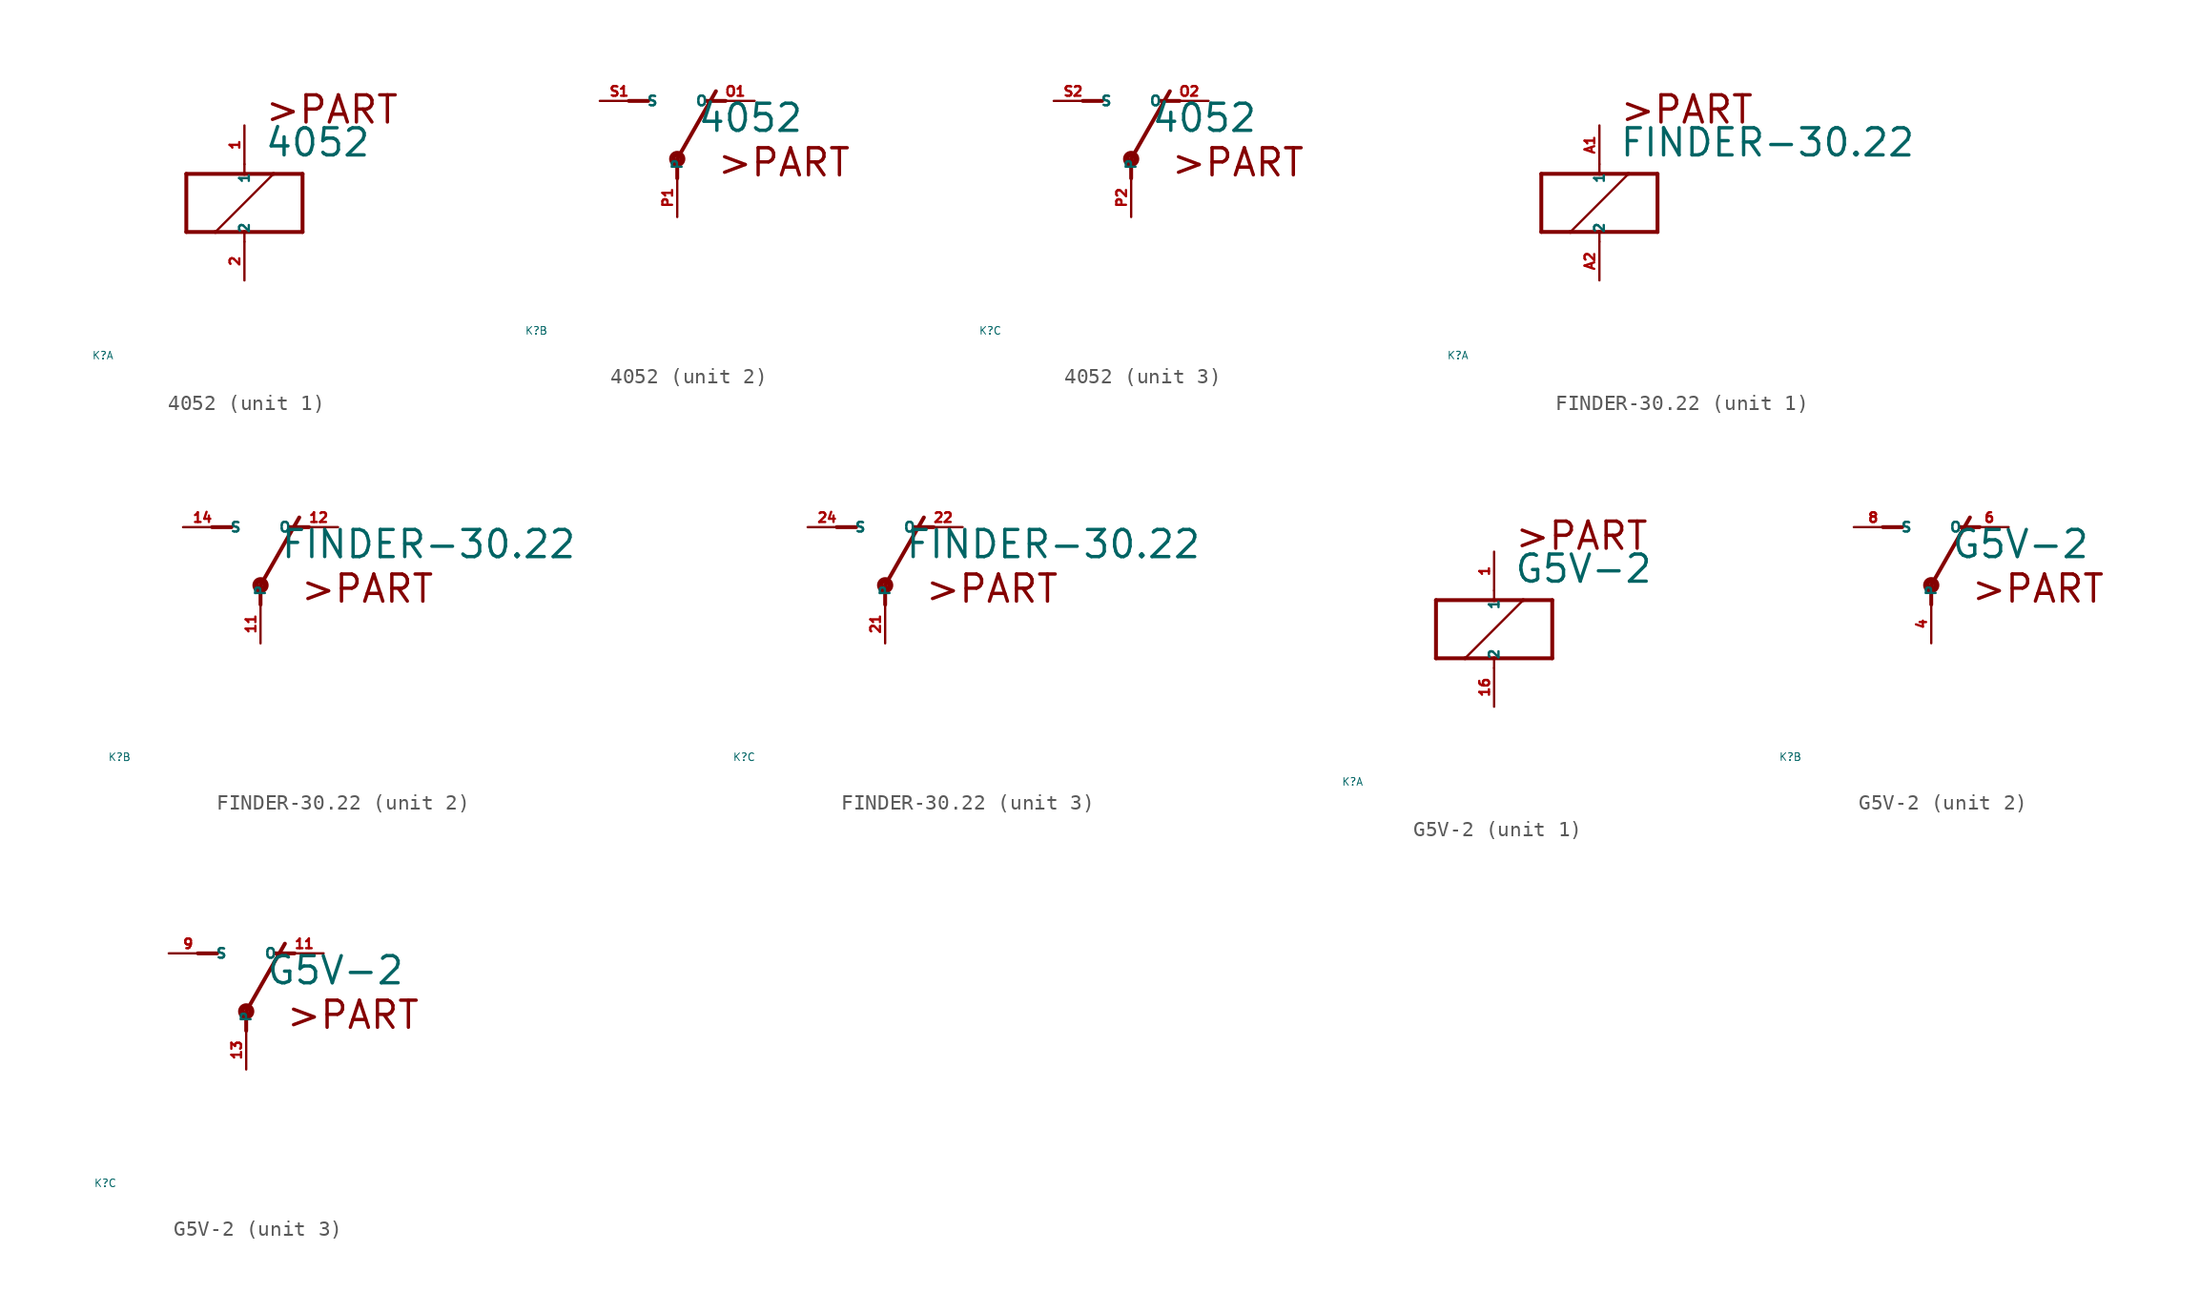
<source format=kicad_sym>
(kicad_symbol_lib
  (version 20220914)
  (generator Eagle2Kicad)
  (symbol "4052"
    (property "Reference" "K"
      (at -10 -10 0)
      (effects (font (size 0.5 0.5) (thickness 0.06)) (justify left)))
    (property "Value" "4052"
      (at 1.27 2.921 0)
      (effects (font (size 1.778 1.778) (thickness 0.22)) (justify left bottom)))
    (symbol "4052_1_0"
      (polyline (pts (xy -3.81 -1.905) (xy -1.905 -1.905)) (stroke (width 0.254) (type default)) (fill (type none)))
      (polyline (pts (xy 3.81 -1.905) (xy 3.81 1.905)) (stroke (width 0.254) (type default)) (fill (type none)))
      (polyline (pts (xy 3.81 1.905) (xy 1.905 1.905)) (stroke (width 0.254) (type default)) (fill (type none)))
      (polyline (pts (xy -3.81 1.905) (xy -3.81 -1.905)) (stroke (width 0.254) (type default)) (fill (type none)))
      (polyline (pts (xy 0 -2.54) (xy 0 -1.905)) (stroke (width 0.152) (type default)) (fill (type none)))
      (polyline (pts (xy 0 -1.905) (xy 3.81 -1.905)) (stroke (width 0.254) (type default)) (fill (type none)))
      (polyline (pts (xy 0 2.54) (xy 0 1.905)) (stroke (width 0.152) (type default)) (fill (type none)))
      (polyline (pts (xy 0 1.905) (xy -3.81 1.905)) (stroke (width 0.254) (type default)) (fill (type none)))
      (polyline (pts (xy -1.905 -1.905) (xy 1.905 1.905)) (stroke (width 0.152) (type default)) (fill (type none)))
      (polyline (pts (xy -1.905 -1.905) (xy 0 -1.905)) (stroke (width 0.254) (type default)) (fill (type none)))
      (polyline (pts (xy 1.905 1.905) (xy 0 1.905)) (stroke (width 0.254) (type default)) (fill (type none)))
      (text ">PART" (at 1.27 5.08 0) (effects (font (size 1.778 1.778) (thickness 0.22)) (justify left bottom)))
      (pin passive line (at 0 -5.08 90) (length 2.54) (name "2" (effects (font (size 0.635 0.635) (thickness 0.08)) (justify left bottom))) (number "2" (effects (font (size 0.635 0.635) (thickness 0.08)) (justify left bottom))))
      (pin passive line (at 0 5.08 270) (length 2.54) (name "1" (effects (font (size 0.635 0.635) (thickness 0.08)) (justify left bottom))) (number "1" (effects (font (size 0.635 0.635) (thickness 0.08)) (justify left bottom)))))
    (symbol "4052_2_0"
      (polyline (pts (xy 3.175 5.08) (xy 1.905 5.08)) (stroke (width 0.254) (type default)) (fill (type none)))
      (polyline (pts (xy -3.175 5.08) (xy -1.905 5.08)) (stroke (width 0.254) (type default)) (fill (type none)))
      (polyline (pts (xy 0 1.27) (xy 2.54 5.715)) (stroke (width 0.254) (type default)) (fill (type none)))
      (polyline (pts (xy 0 1.27) (xy 0 0)) (stroke (width 0.254) (type default)) (fill (type none)))
      (text ">PART" (at 2.54 0 0) (effects (font (size 1.778 1.778) (thickness 0.22)) (justify left bottom)))
      (circle (center 0 1.27) (radius 0.127) (stroke (width 0.406) (type default)) (fill (type none)))
      (pin passive line (at 5.08 5.08 180) (length 2.54) (name "O" (effects (font (size 0.635 0.635) (thickness 0.08)) (justify left bottom))) (number "O1" (effects (font (size 0.635 0.635) (thickness 0.08)) (justify left bottom))))
      (pin passive line (at -5.08 5.08 0) (length 2.54) (name "S" (effects (font (size 0.635 0.635) (thickness 0.08)) (justify left bottom))) (number "S1" (effects (font (size 0.635 0.635) (thickness 0.08)) (justify left bottom))))
      (pin passive line (at 0 -2.54 90) (length 2.54) (name "P" (effects (font (size 0.635 0.635) (thickness 0.08)) (justify left bottom))) (number "P1" (effects (font (size 0.635 0.635) (thickness 0.08)) (justify left bottom)))))
    (symbol "4052_3_0"
      (polyline (pts (xy 3.175 5.08) (xy 1.905 5.08)) (stroke (width 0.254) (type default)) (fill (type none)))
      (polyline (pts (xy -3.175 5.08) (xy -1.905 5.08)) (stroke (width 0.254) (type default)) (fill (type none)))
      (polyline (pts (xy 0 1.27) (xy 2.54 5.715)) (stroke (width 0.254) (type default)) (fill (type none)))
      (polyline (pts (xy 0 1.27) (xy 0 0)) (stroke (width 0.254) (type default)) (fill (type none)))
      (text ">PART" (at 2.54 0 0) (effects (font (size 1.778 1.778) (thickness 0.22)) (justify left bottom)))
      (circle (center 0 1.27) (radius 0.127) (stroke (width 0.406) (type default)) (fill (type none)))
      (pin passive line (at 5.08 5.08 180) (length 2.54) (name "O" (effects (font (size 0.635 0.635) (thickness 0.08)) (justify left bottom))) (number "O2" (effects (font (size 0.635 0.635) (thickness 0.08)) (justify left bottom))))
      (pin passive line (at -5.08 5.08 0) (length 2.54) (name "S" (effects (font (size 0.635 0.635) (thickness 0.08)) (justify left bottom))) (number "S2" (effects (font (size 0.635 0.635) (thickness 0.08)) (justify left bottom))))
      (pin passive line (at 0 -2.54 90) (length 2.54) (name "P" (effects (font (size 0.635 0.635) (thickness 0.08)) (justify left bottom))) (number "P2" (effects (font (size 0.635 0.635) (thickness 0.08)) (justify left bottom))))))
  (symbol "FINDER-30.22"
    (property "Reference" "K"
      (at -10 -10 0)
      (effects (font (size 0.5 0.5) (thickness 0.06)) (justify left)))
    (property "Value" "FINDER-30.22"
      (at 1.27 2.921 0)
      (effects (font (size 1.778 1.778) (thickness 0.22)) (justify left bottom)))
    (symbol "FINDER-30.22_1_0"
      (polyline (pts (xy -3.81 -1.905) (xy -1.905 -1.905)) (stroke (width 0.254) (type default)) (fill (type none)))
      (polyline (pts (xy 3.81 -1.905) (xy 3.81 1.905)) (stroke (width 0.254) (type default)) (fill (type none)))
      (polyline (pts (xy 3.81 1.905) (xy 1.905 1.905)) (stroke (width 0.254) (type default)) (fill (type none)))
      (polyline (pts (xy -3.81 1.905) (xy -3.81 -1.905)) (stroke (width 0.254) (type default)) (fill (type none)))
      (polyline (pts (xy 0 -2.54) (xy 0 -1.905)) (stroke (width 0.152) (type default)) (fill (type none)))
      (polyline (pts (xy 0 -1.905) (xy 3.81 -1.905)) (stroke (width 0.254) (type default)) (fill (type none)))
      (polyline (pts (xy 0 2.54) (xy 0 1.905)) (stroke (width 0.152) (type default)) (fill (type none)))
      (polyline (pts (xy 0 1.905) (xy -3.81 1.905)) (stroke (width 0.254) (type default)) (fill (type none)))
      (polyline (pts (xy -1.905 -1.905) (xy 1.905 1.905)) (stroke (width 0.152) (type default)) (fill (type none)))
      (polyline (pts (xy -1.905 -1.905) (xy 0 -1.905)) (stroke (width 0.254) (type default)) (fill (type none)))
      (polyline (pts (xy 1.905 1.905) (xy 0 1.905)) (stroke (width 0.254) (type default)) (fill (type none)))
      (text ">PART" (at 1.27 5.08 0) (effects (font (size 1.778 1.778) (thickness 0.22)) (justify left bottom)))
      (pin passive line (at 0 -5.08 90) (length 2.54) (name "2" (effects (font (size 0.635 0.635) (thickness 0.08)) (justify left bottom))) (number "A2" (effects (font (size 0.635 0.635) (thickness 0.08)) (justify left bottom))))
      (pin passive line (at 0 5.08 270) (length 2.54) (name "1" (effects (font (size 0.635 0.635) (thickness 0.08)) (justify left bottom))) (number "A1" (effects (font (size 0.635 0.635) (thickness 0.08)) (justify left bottom)))))
    (symbol "FINDER-30.22_2_0"
      (polyline (pts (xy 3.175 5.08) (xy 1.905 5.08)) (stroke (width 0.254) (type default)) (fill (type none)))
      (polyline (pts (xy -3.175 5.08) (xy -1.905 5.08)) (stroke (width 0.254) (type default)) (fill (type none)))
      (polyline (pts (xy 0 1.27) (xy 2.54 5.715)) (stroke (width 0.254) (type default)) (fill (type none)))
      (polyline (pts (xy 0 1.27) (xy 0 0)) (stroke (width 0.254) (type default)) (fill (type none)))
      (text ">PART" (at 2.54 0 0) (effects (font (size 1.778 1.778) (thickness 0.22)) (justify left bottom)))
      (circle (center 0 1.27) (radius 0.127) (stroke (width 0.406) (type default)) (fill (type none)))
      (pin passive line (at 5.08 5.08 180) (length 2.54) (name "O" (effects (font (size 0.635 0.635) (thickness 0.08)) (justify left bottom))) (number "12" (effects (font (size 0.635 0.635) (thickness 0.08)) (justify left bottom))))
      (pin passive line (at -5.08 5.08 0) (length 2.54) (name "S" (effects (font (size 0.635 0.635) (thickness 0.08)) (justify left bottom))) (number "14" (effects (font (size 0.635 0.635) (thickness 0.08)) (justify left bottom))))
      (pin passive line (at 0 -2.54 90) (length 2.54) (name "P" (effects (font (size 0.635 0.635) (thickness 0.08)) (justify left bottom))) (number "11" (effects (font (size 0.635 0.635) (thickness 0.08)) (justify left bottom)))))
    (symbol "FINDER-30.22_3_0"
      (polyline (pts (xy 3.175 5.08) (xy 1.905 5.08)) (stroke (width 0.254) (type default)) (fill (type none)))
      (polyline (pts (xy -3.175 5.08) (xy -1.905 5.08)) (stroke (width 0.254) (type default)) (fill (type none)))
      (polyline (pts (xy 0 1.27) (xy 2.54 5.715)) (stroke (width 0.254) (type default)) (fill (type none)))
      (polyline (pts (xy 0 1.27) (xy 0 0)) (stroke (width 0.254) (type default)) (fill (type none)))
      (text ">PART" (at 2.54 0 0) (effects (font (size 1.778 1.778) (thickness 0.22)) (justify left bottom)))
      (circle (center 0 1.27) (radius 0.127) (stroke (width 0.406) (type default)) (fill (type none)))
      (pin passive line (at 5.08 5.08 180) (length 2.54) (name "O" (effects (font (size 0.635 0.635) (thickness 0.08)) (justify left bottom))) (number "22" (effects (font (size 0.635 0.635) (thickness 0.08)) (justify left bottom))))
      (pin passive line (at -5.08 5.08 0) (length 2.54) (name "S" (effects (font (size 0.635 0.635) (thickness 0.08)) (justify left bottom))) (number "24" (effects (font (size 0.635 0.635) (thickness 0.08)) (justify left bottom))))
      (pin passive line (at 0 -2.54 90) (length 2.54) (name "P" (effects (font (size 0.635 0.635) (thickness 0.08)) (justify left bottom))) (number "21" (effects (font (size 0.635 0.635) (thickness 0.08)) (justify left bottom))))))
  (symbol "G5V-2"
    (property "Reference" "K"
      (at -10 -10 0)
      (effects (font (size 0.5 0.5) (thickness 0.06)) (justify left)))
    (property "Value" "G5V-2"
      (at 1.27 2.921 0)
      (effects (font (size 1.778 1.778) (thickness 0.22)) (justify left bottom)))
    (symbol "G5V-2_1_0"
      (polyline (pts (xy -3.81 -1.905) (xy -1.905 -1.905)) (stroke (width 0.254) (type default)) (fill (type none)))
      (polyline (pts (xy 3.81 -1.905) (xy 3.81 1.905)) (stroke (width 0.254) (type default)) (fill (type none)))
      (polyline (pts (xy 3.81 1.905) (xy 1.905 1.905)) (stroke (width 0.254) (type default)) (fill (type none)))
      (polyline (pts (xy -3.81 1.905) (xy -3.81 -1.905)) (stroke (width 0.254) (type default)) (fill (type none)))
      (polyline (pts (xy 0 -2.54) (xy 0 -1.905)) (stroke (width 0.152) (type default)) (fill (type none)))
      (polyline (pts (xy 0 -1.905) (xy 3.81 -1.905)) (stroke (width 0.254) (type default)) (fill (type none)))
      (polyline (pts (xy 0 2.54) (xy 0 1.905)) (stroke (width 0.152) (type default)) (fill (type none)))
      (polyline (pts (xy 0 1.905) (xy -3.81 1.905)) (stroke (width 0.254) (type default)) (fill (type none)))
      (polyline (pts (xy -1.905 -1.905) (xy 1.905 1.905)) (stroke (width 0.152) (type default)) (fill (type none)))
      (polyline (pts (xy -1.905 -1.905) (xy 0 -1.905)) (stroke (width 0.254) (type default)) (fill (type none)))
      (polyline (pts (xy 1.905 1.905) (xy 0 1.905)) (stroke (width 0.254) (type default)) (fill (type none)))
      (text ">PART" (at 1.27 5.08 0) (effects (font (size 1.778 1.778) (thickness 0.22)) (justify left bottom)))
      (pin passive line (at 0 -5.08 90) (length 2.54) (name "2" (effects (font (size 0.635 0.635) (thickness 0.08)) (justify left bottom))) (number "16" (effects (font (size 0.635 0.635) (thickness 0.08)) (justify left bottom))))
      (pin passive line (at 0 5.08 270) (length 2.54) (name "1" (effects (font (size 0.635 0.635) (thickness 0.08)) (justify left bottom))) (number "1" (effects (font (size 0.635 0.635) (thickness 0.08)) (justify left bottom)))))
    (symbol "G5V-2_2_0"
      (polyline (pts (xy 3.175 5.08) (xy 1.905 5.08)) (stroke (width 0.254) (type default)) (fill (type none)))
      (polyline (pts (xy -3.175 5.08) (xy -1.905 5.08)) (stroke (width 0.254) (type default)) (fill (type none)))
      (polyline (pts (xy 0 1.27) (xy 2.54 5.715)) (stroke (width 0.254) (type default)) (fill (type none)))
      (polyline (pts (xy 0 1.27) (xy 0 0)) (stroke (width 0.254) (type default)) (fill (type none)))
      (text ">PART" (at 2.54 0 0) (effects (font (size 1.778 1.778) (thickness 0.22)) (justify left bottom)))
      (circle (center 0 1.27) (radius 0.127) (stroke (width 0.406) (type default)) (fill (type none)))
      (pin passive line (at 5.08 5.08 180) (length 2.54) (name "O" (effects (font (size 0.635 0.635) (thickness 0.08)) (justify left bottom))) (number "6" (effects (font (size 0.635 0.635) (thickness 0.08)) (justify left bottom))))
      (pin passive line (at -5.08 5.08 0) (length 2.54) (name "S" (effects (font (size 0.635 0.635) (thickness 0.08)) (justify left bottom))) (number "8" (effects (font (size 0.635 0.635) (thickness 0.08)) (justify left bottom))))
      (pin passive line (at 0 -2.54 90) (length 2.54) (name "P" (effects (font (size 0.635 0.635) (thickness 0.08)) (justify left bottom))) (number "4" (effects (font (size 0.635 0.635) (thickness 0.08)) (justify left bottom)))))
    (symbol "G5V-2_3_0"
      (polyline (pts (xy 3.175 5.08) (xy 1.905 5.08)) (stroke (width 0.254) (type default)) (fill (type none)))
      (polyline (pts (xy -3.175 5.08) (xy -1.905 5.08)) (stroke (width 0.254) (type default)) (fill (type none)))
      (polyline (pts (xy 0 1.27) (xy 2.54 5.715)) (stroke (width 0.254) (type default)) (fill (type none)))
      (polyline (pts (xy 0 1.27) (xy 0 0)) (stroke (width 0.254) (type default)) (fill (type none)))
      (text ">PART" (at 2.54 0 0) (effects (font (size 1.778 1.778) (thickness 0.22)) (justify left bottom)))
      (circle (center 0 1.27) (radius 0.127) (stroke (width 0.406) (type default)) (fill (type none)))
      (pin passive line (at 5.08 5.08 180) (length 2.54) (name "O" (effects (font (size 0.635 0.635) (thickness 0.08)) (justify left bottom))) (number "11" (effects (font (size 0.635 0.635) (thickness 0.08)) (justify left bottom))))
      (pin passive line (at -5.08 5.08 0) (length 2.54) (name "S" (effects (font (size 0.635 0.635) (thickness 0.08)) (justify left bottom))) (number "9" (effects (font (size 0.635 0.635) (thickness 0.08)) (justify left bottom))))
      (pin passive line (at 0 -2.54 90) (length 2.54) (name "P" (effects (font (size 0.635 0.635) (thickness 0.08)) (justify left bottom))) (number "13" (effects (font (size 0.635 0.635) (thickness 0.08)) (justify left bottom)))))))
</source>
